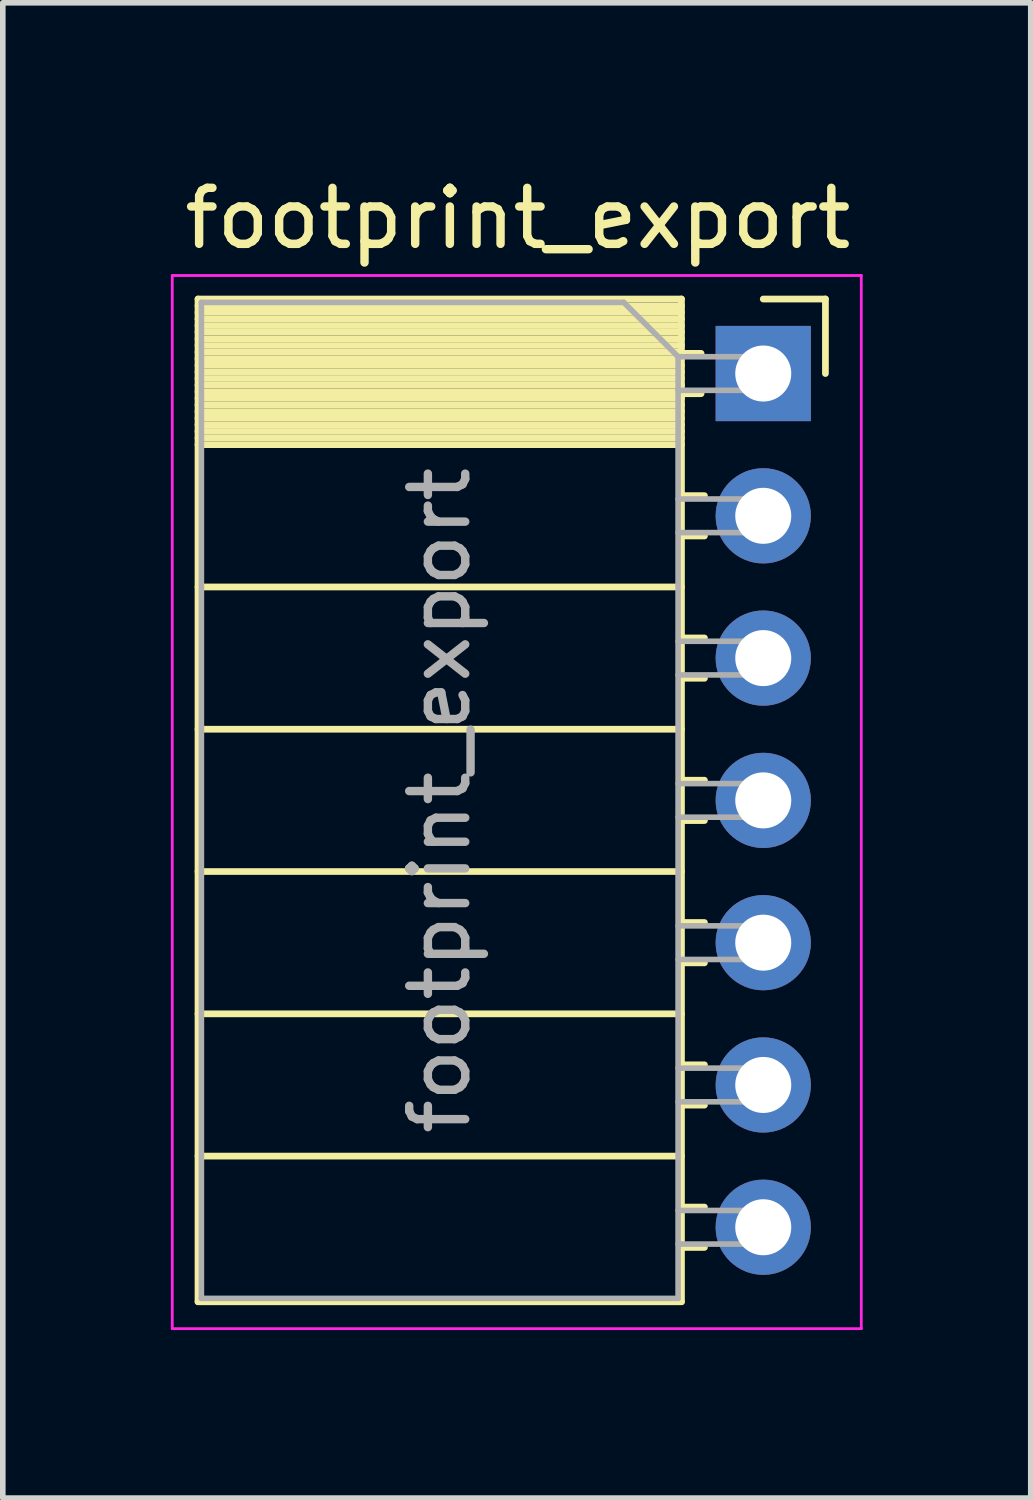
<source format=kicad_pcb>
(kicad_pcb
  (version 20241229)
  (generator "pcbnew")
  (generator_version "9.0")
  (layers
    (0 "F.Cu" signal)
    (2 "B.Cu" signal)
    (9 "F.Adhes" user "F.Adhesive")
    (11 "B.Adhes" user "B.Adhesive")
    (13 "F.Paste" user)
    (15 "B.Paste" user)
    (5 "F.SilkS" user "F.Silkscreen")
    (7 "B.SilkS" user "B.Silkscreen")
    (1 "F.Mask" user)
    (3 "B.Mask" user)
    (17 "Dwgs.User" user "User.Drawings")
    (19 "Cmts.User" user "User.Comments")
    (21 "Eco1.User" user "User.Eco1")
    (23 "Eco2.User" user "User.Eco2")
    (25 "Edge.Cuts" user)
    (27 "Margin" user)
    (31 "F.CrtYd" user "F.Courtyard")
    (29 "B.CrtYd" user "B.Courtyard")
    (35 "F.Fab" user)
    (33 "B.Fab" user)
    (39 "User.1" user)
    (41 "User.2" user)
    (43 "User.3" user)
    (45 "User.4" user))
  (footprint "footprint_export"
    (layer "F.Cu")
    (at 10.575 3.618)
    (property "Reference" "footprint_export" (at -4.38 -2.77 0) (layer "F.SilkS") (effects (font (size 1 1) (thickness 0.15))))
    (attr through_hole)
    (fp_line (start -10.09 -1.33) (end -10.09 16.57) (stroke (width 0.12) (type solid)) (layer "F.SilkS"))
    (fp_line (start -10.09 -1.33) (end -1.46 -1.33) (stroke (width 0.12) (type solid)) (layer "F.SilkS"))
    (fp_line (start -10.09 -1.21) (end -1.46 -1.21) (stroke (width 0.12) (type solid)) (layer "F.SilkS"))
    (fp_line (start -10.09 -1.092) (end -1.46 -1.092) (stroke (width 0.12) (type solid)) (layer "F.SilkS"))
    (fp_line (start -10.09 -0.974) (end -1.46 -0.974) (stroke (width 0.12) (type solid)) (layer "F.SilkS"))
    (fp_line (start -10.09 -0.856) (end -1.46 -0.856) (stroke (width 0.12) (type solid)) (layer "F.SilkS"))
    (fp_line (start -10.09 -0.738) (end -1.46 -0.738) (stroke (width 0.12) (type solid)) (layer "F.SilkS"))
    (fp_line (start -10.09 -0.62) (end -1.46 -0.62) (stroke (width 0.12) (type solid)) (layer "F.SilkS"))
    (fp_line (start -10.09 -0.501) (end -1.46 -0.501) (stroke (width 0.12) (type solid)) (layer "F.SilkS"))
    (fp_line (start -10.09 -0.383) (end -1.46 -0.383) (stroke (width 0.12) (type solid)) (layer "F.SilkS"))
    (fp_line (start -10.09 -0.265) (end -1.46 -0.265) (stroke (width 0.12) (type solid)) (layer "F.SilkS"))
    (fp_line (start -10.09 -0.147) (end -1.46 -0.147) (stroke (width 0.12) (type solid)) (layer "F.SilkS"))
    (fp_line (start -10.09 -0.029) (end -1.46 -0.029) (stroke (width 0.12) (type solid)) (layer "F.SilkS"))
    (fp_line (start -10.09 0.089) (end -1.46 0.089) (stroke (width 0.12) (type solid)) (layer "F.SilkS"))
    (fp_line (start -10.09 0.207) (end -1.46 0.207) (stroke (width 0.12) (type solid)) (layer "F.SilkS"))
    (fp_line (start -10.09 0.325) (end -1.46 0.325) (stroke (width 0.12) (type solid)) (layer "F.SilkS"))
    (fp_line (start -10.09 0.443) (end -1.46 0.443) (stroke (width 0.12) (type solid)) (layer "F.SilkS"))
    (fp_line (start -10.09 0.561) (end -1.46 0.561) (stroke (width 0.12) (type solid)) (layer "F.SilkS"))
    (fp_line (start -10.09 0.68) (end -1.46 0.68) (stroke (width 0.12) (type solid)) (layer "F.SilkS"))
    (fp_line (start -10.09 0.798) (end -1.46 0.798) (stroke (width 0.12) (type solid)) (layer "F.SilkS"))
    (fp_line (start -10.09 0.916) (end -1.46 0.916) (stroke (width 0.12) (type solid)) (layer "F.SilkS"))
    (fp_line (start -10.09 1.034) (end -1.46 1.034) (stroke (width 0.12) (type solid)) (layer "F.SilkS"))
    (fp_line (start -10.09 1.152) (end -1.46 1.152) (stroke (width 0.12) (type solid)) (layer "F.SilkS"))
    (fp_line (start -10.09 1.27) (end -1.46 1.27) (stroke (width 0.12) (type solid)) (layer "F.SilkS"))
    (fp_line (start -10.09 3.81) (end -1.46 3.81) (stroke (width 0.12) (type solid)) (layer "F.SilkS"))
    (fp_line (start -10.09 6.35) (end -1.46 6.35) (stroke (width 0.12) (type solid)) (layer "F.SilkS"))
    (fp_line (start -10.09 8.89) (end -1.46 8.89) (stroke (width 0.12) (type solid)) (layer "F.SilkS"))
    (fp_line (start -10.09 11.43) (end -1.46 11.43) (stroke (width 0.12) (type solid)) (layer "F.SilkS"))
    (fp_line (start -10.09 13.97) (end -1.46 13.97) (stroke (width 0.12) (type solid)) (layer "F.SilkS"))
    (fp_line (start -10.09 16.57) (end -1.46 16.57) (stroke (width 0.12) (type solid)) (layer "F.SilkS"))
    (fp_line (start -1.46 -1.33) (end -1.46 16.57) (stroke (width 0.12) (type solid)) (layer "F.SilkS"))
    (fp_line (start -1.46 -0.36) (end -1.11 -0.36) (stroke (width 0.12) (type solid)) (layer "F.SilkS"))
    (fp_line (start -1.46 0.36) (end -1.11 0.36) (stroke (width 0.12) (type solid)) (layer "F.SilkS"))
    (fp_line (start -1.46 2.18) (end -1.05 2.18) (stroke (width 0.12) (type solid)) (layer "F.SilkS"))
    (fp_line (start -1.46 2.9) (end -1.05 2.9) (stroke (width 0.12) (type solid)) (layer "F.SilkS"))
    (fp_line (start -1.46 4.72) (end -1.05 4.72) (stroke (width 0.12) (type solid)) (layer "F.SilkS"))
    (fp_line (start -1.46 5.44) (end -1.05 5.44) (stroke (width 0.12) (type solid)) (layer "F.SilkS"))
    (fp_line (start -1.46 7.26) (end -1.05 7.26) (stroke (width 0.12) (type solid)) (layer "F.SilkS"))
    (fp_line (start -1.46 7.98) (end -1.05 7.98) (stroke (width 0.12) (type solid)) (layer "F.SilkS"))
    (fp_line (start -1.46 9.8) (end -1.05 9.8) (stroke (width 0.12) (type solid)) (layer "F.SilkS"))
    (fp_line (start -1.46 10.52) (end -1.05 10.52) (stroke (width 0.12) (type solid)) (layer "F.SilkS"))
    (fp_line (start -1.46 12.34) (end -1.05 12.34) (stroke (width 0.12) (type solid)) (layer "F.SilkS"))
    (fp_line (start -1.46 13.06) (end -1.05 13.06) (stroke (width 0.12) (type solid)) (layer "F.SilkS"))
    (fp_line (start -1.46 14.88) (end -1.05 14.88) (stroke (width 0.12) (type solid)) (layer "F.SilkS"))
    (fp_line (start -1.46 15.6) (end -1.05 15.6) (stroke (width 0.12) (type solid)) (layer "F.SilkS"))
    (fp_line (start 0 -1.33) (end 1.11 -1.33) (stroke (width 0.12) (type solid)) (layer "F.SilkS"))
    (fp_line (start 1.11 -1.33) (end 1.11 0) (stroke (width 0.12) (type solid)) (layer "F.SilkS"))
    (fp_line (start -10.55 -1.75) (end -10.55 17.05) (stroke (width 0.05) (type solid)) (layer "F.CrtYd"))
    (fp_line (start -10.55 17.05) (end 1.75 17.05) (stroke (width 0.05) (type solid)) (layer "F.CrtYd"))
    (fp_line (start 1.75 -1.75) (end -10.55 -1.75) (stroke (width 0.05) (type solid)) (layer "F.CrtYd"))
    (fp_line (start 1.75 17.05) (end 1.75 -1.75) (stroke (width 0.05) (type solid)) (layer "F.CrtYd"))
    (fp_line (start -10.03 -1.27) (end -2.49 -1.27) (stroke (width 0.1) (type solid)) (layer "F.Fab"))
    (fp_line (start -10.03 16.51) (end -10.03 -1.27) (stroke (width 0.1) (type solid)) (layer "F.Fab"))
    (fp_line (start -2.49 -1.27) (end -1.52 -0.3) (stroke (width 0.1) (type solid)) (layer "F.Fab"))
    (fp_line (start -1.52 -0.3) (end -1.52 16.51) (stroke (width 0.1) (type solid)) (layer "F.Fab"))
    (fp_line (start -1.52 0.3) (end 0 0.3) (stroke (width 0.1) (type solid)) (layer "F.Fab"))
    (fp_line (start -1.52 2.84) (end 0 2.84) (stroke (width 0.1) (type solid)) (layer "F.Fab"))
    (fp_line (start -1.52 5.38) (end 0 5.38) (stroke (width 0.1) (type solid)) (layer "F.Fab"))
    (fp_line (start -1.52 7.92) (end 0 7.92) (stroke (width 0.1) (type solid)) (layer "F.Fab"))
    (fp_line (start -1.52 10.46) (end 0 10.46) (stroke (width 0.1) (type solid)) (layer "F.Fab"))
    (fp_line (start -1.52 13) (end 0 13) (stroke (width 0.1) (type solid)) (layer "F.Fab"))
    (fp_line (start -1.52 15.54) (end 0 15.54) (stroke (width 0.1) (type solid)) (layer "F.Fab"))
    (fp_line (start -1.52 16.51) (end -10.03 16.51) (stroke (width 0.1) (type solid)) (layer "F.Fab"))
    (fp_line (start 0 -0.3) (end -1.52 -0.3) (stroke (width 0.1) (type solid)) (layer "F.Fab"))
    (fp_line (start 0 0.3) (end 0 -0.3) (stroke (width 0.1) (type solid)) (layer "F.Fab"))
    (fp_line (start 0 2.24) (end -1.52 2.24) (stroke (width 0.1) (type solid)) (layer "F.Fab"))
    (fp_line (start 0 2.84) (end 0 2.24) (stroke (width 0.1) (type solid)) (layer "F.Fab"))
    (fp_line (start 0 4.78) (end -1.52 4.78) (stroke (width 0.1) (type solid)) (layer "F.Fab"))
    (fp_line (start 0 5.38) (end 0 4.78) (stroke (width 0.1) (type solid)) (layer "F.Fab"))
    (fp_line (start 0 7.32) (end -1.52 7.32) (stroke (width 0.1) (type solid)) (layer "F.Fab"))
    (fp_line (start 0 7.92) (end 0 7.32) (stroke (width 0.1) (type solid)) (layer "F.Fab"))
    (fp_line (start 0 9.86) (end -1.52 9.86) (stroke (width 0.1) (type solid)) (layer "F.Fab"))
    (fp_line (start 0 10.46) (end 0 9.86) (stroke (width 0.1) (type solid)) (layer "F.Fab"))
    (fp_line (start 0 12.4) (end -1.52 12.4) (stroke (width 0.1) (type solid)) (layer "F.Fab"))
    (fp_line (start 0 13) (end 0 12.4) (stroke (width 0.1) (type solid)) (layer "F.Fab"))
    (fp_line (start 0 14.94) (end -1.52 14.94) (stroke (width 0.1) (type solid)) (layer "F.Fab"))
    (fp_line (start 0 15.54) (end 0 14.94) (stroke (width 0.1) (type solid)) (layer "F.Fab"))
    (fp_text user "${REFERENCE}" (at -5.775 7.62 90) (layer "F.Fab") (effects (font (size 1 1) (thickness 0.15))))
    (pad "1" thru_hole rect (at 0 0) (size 1.7 1.7) (drill 1) (layers "*.Cu" "*.Mask"))
    (pad "2" thru_hole oval (at 0 2.54) (size 1.7 1.7) (drill 1) (layers "*.Cu" "*.Mask"))
    (pad "3" thru_hole oval (at 0 5.08) (size 1.7 1.7) (drill 1) (layers "*.Cu" "*.Mask"))
    (pad "4" thru_hole oval (at 0 7.62) (size 1.7 1.7) (drill 1) (layers "*.Cu" "*.Mask"))
    (pad "5" thru_hole oval (at 0 10.16) (size 1.7 1.7) (drill 1) (layers "*.Cu" "*.Mask"))
    (pad "6" thru_hole oval (at 0 12.7) (size 1.7 1.7) (drill 1) (layers "*.Cu" "*.Mask"))
    (pad "7" thru_hole oval (at 0 15.24) (size 1.7 1.7) (drill 1) (layers "*.Cu" "*.Mask")))
  (gr_rect
    (start -3 -3)
    (end 15.35 23.693)
    (stroke (width 0.1) (type default))
    (fill no)
    (layer "Edge.Cuts")))
</source>
